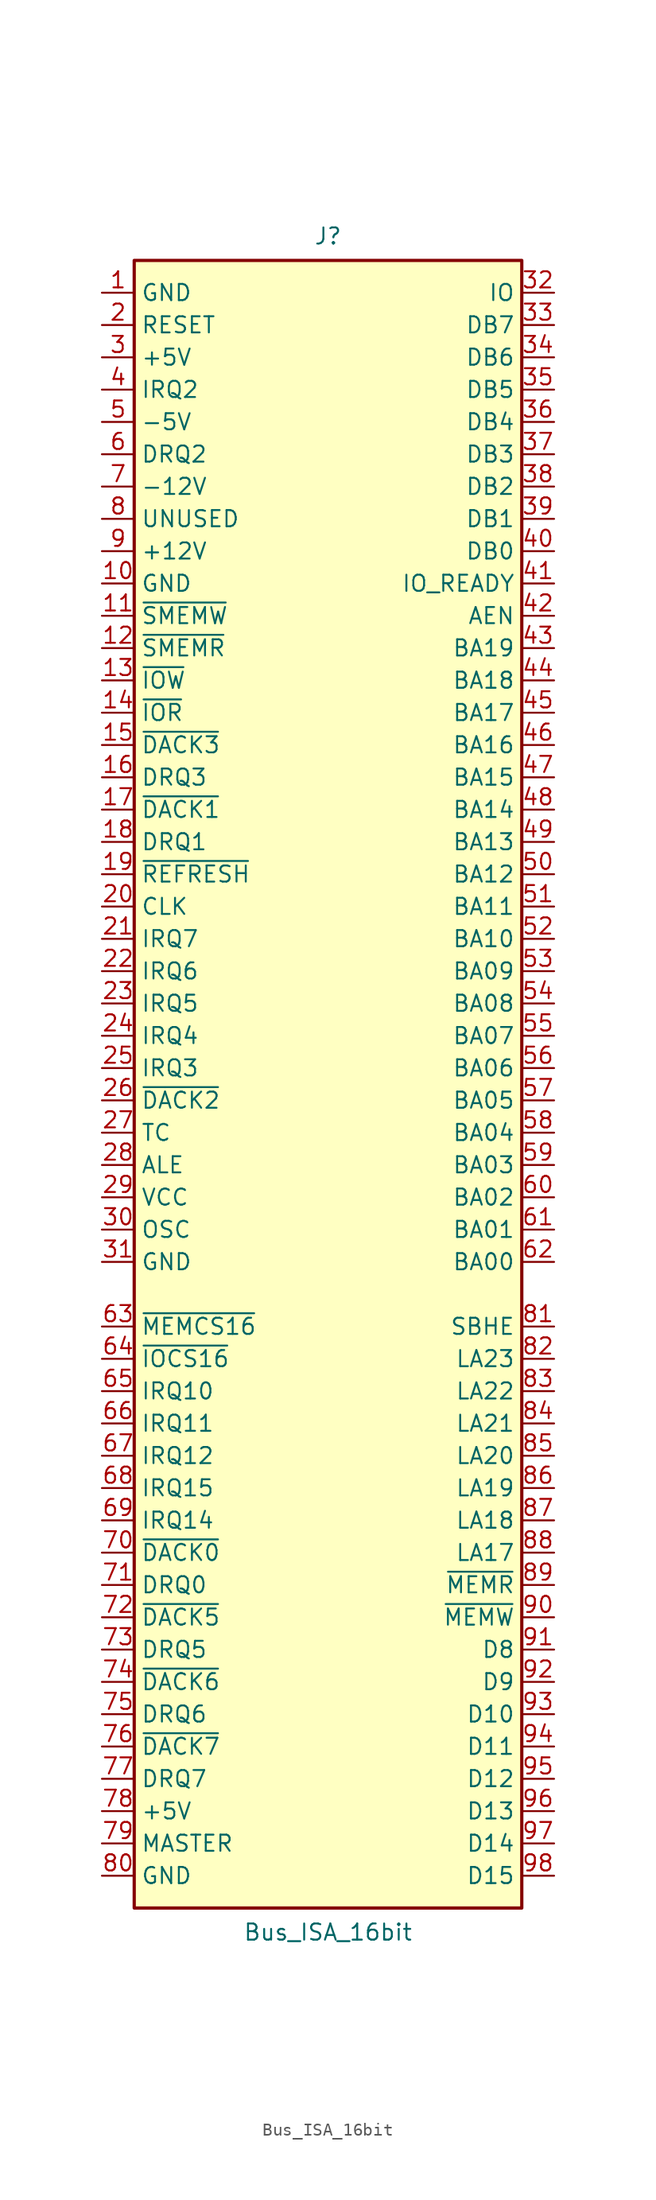
<source format=kicad_sym>
(kicad_symbol_lib
  (version 20201005)
  (generator kicad_symbol_editor)
  (symbol "Connector:Bus_ISA_16bit"
    (property "Reference" "J"
      (at 0 67.945 0)
      (effects (font (size 1.27 1.27))))
    (property "Value" "Bus_ISA_16bit"
      (at 0 -65.405 0)
      (effects (font (size 1.27 1.27))))
    (symbol "Bus_ISA_16bit_0_1"
      (rectangle (start -15.24 -63.5) (end 15.24 66.04) (stroke (width 0.254)) (fill (type background))))
    (symbol "Bus_ISA_16bit_1_1"
      (pin power_in line (at -17.78 63.5 0) (length 2.54) (name "GND" (effects (font (size 1.27 1.27)))) (number "1" (effects (font (size 1.27 1.27)))))
      (pin power_in line (at -17.78 40.64 0) (length 2.54) (name "GND" (effects (font (size 1.27 1.27)))) (number "10" (effects (font (size 1.27 1.27)))))
      (pin output line (at -17.78 38.1 0) (length 2.54) (name "~SMEMW" (effects (font (size 1.27 1.27)))) (number "11" (effects (font (size 1.27 1.27)))))
      (pin output line (at -17.78 35.56 0) (length 2.54) (name "~SMEMR" (effects (font (size 1.27 1.27)))) (number "12" (effects (font (size 1.27 1.27)))))
      (pin output line (at -17.78 33.02 0) (length 2.54) (name "~IOW" (effects (font (size 1.27 1.27)))) (number "13" (effects (font (size 1.27 1.27)))))
      (pin output line (at -17.78 30.48 0) (length 2.54) (name "~IOR" (effects (font (size 1.27 1.27)))) (number "14" (effects (font (size 1.27 1.27)))))
      (pin passive line (at -17.78 27.94 0) (length 2.54) (name "~DACK3" (effects (font (size 1.27 1.27)))) (number "15" (effects (font (size 1.27 1.27)))))
      (pin passive line (at -17.78 25.4 0) (length 2.54) (name "DRQ3" (effects (font (size 1.27 1.27)))) (number "16" (effects (font (size 1.27 1.27)))))
      (pin passive line (at -17.78 22.86 0) (length 2.54) (name "~DACK1" (effects (font (size 1.27 1.27)))) (number "17" (effects (font (size 1.27 1.27)))))
      (pin passive line (at -17.78 20.32 0) (length 2.54) (name "DRQ1" (effects (font (size 1.27 1.27)))) (number "18" (effects (font (size 1.27 1.27)))))
      (pin passive line (at -17.78 17.78 0) (length 2.54) (name "~REFRESH" (effects (font (size 1.27 1.27)))) (number "19" (effects (font (size 1.27 1.27)))))
      (pin output line (at -17.78 60.96 0) (length 2.54) (name "RESET" (effects (font (size 1.27 1.27)))) (number "2" (effects (font (size 1.27 1.27)))))
      (pin output line (at -17.78 15.24 0) (length 2.54) (name "CLK" (effects (font (size 1.27 1.27)))) (number "20" (effects (font (size 1.27 1.27)))))
      (pin passive line (at -17.78 12.7 0) (length 2.54) (name "IRQ7" (effects (font (size 1.27 1.27)))) (number "21" (effects (font (size 1.27 1.27)))))
      (pin passive line (at -17.78 10.16 0) (length 2.54) (name "IRQ6" (effects (font (size 1.27 1.27)))) (number "22" (effects (font (size 1.27 1.27)))))
      (pin passive line (at -17.78 7.62 0) (length 2.54) (name "IRQ5" (effects (font (size 1.27 1.27)))) (number "23" (effects (font (size 1.27 1.27)))))
      (pin passive line (at -17.78 5.08 0) (length 2.54) (name "IRQ4" (effects (font (size 1.27 1.27)))) (number "24" (effects (font (size 1.27 1.27)))))
      (pin passive line (at -17.78 2.54 0) (length 2.54) (name "IRQ3" (effects (font (size 1.27 1.27)))) (number "25" (effects (font (size 1.27 1.27)))))
      (pin passive line (at -17.78 0 0) (length 2.54) (name "~DACK2" (effects (font (size 1.27 1.27)))) (number "26" (effects (font (size 1.27 1.27)))))
      (pin passive line (at -17.78 -2.54 0) (length 2.54) (name "TC" (effects (font (size 1.27 1.27)))) (number "27" (effects (font (size 1.27 1.27)))))
      (pin output line (at -17.78 -5.08 0) (length 2.54) (name "ALE" (effects (font (size 1.27 1.27)))) (number "28" (effects (font (size 1.27 1.27)))))
      (pin power_in line (at -17.78 -7.62 0) (length 2.54) (name "VCC" (effects (font (size 1.27 1.27)))) (number "29" (effects (font (size 1.27 1.27)))))
      (pin power_in line (at -17.78 58.42 0) (length 2.54) (name "+5V" (effects (font (size 1.27 1.27)))) (number "3" (effects (font (size 1.27 1.27)))))
      (pin output line (at -17.78 -10.16 0) (length 2.54) (name "OSC" (effects (font (size 1.27 1.27)))) (number "30" (effects (font (size 1.27 1.27)))))
      (pin power_in line (at -17.78 -12.7 0) (length 2.54) (name "GND" (effects (font (size 1.27 1.27)))) (number "31" (effects (font (size 1.27 1.27)))))
      (pin passive line (at 17.78 63.5 180) (length 2.54) (name "IO" (effects (font (size 1.27 1.27)))) (number "32" (effects (font (size 1.27 1.27)))))
      (pin tri_state line (at 17.78 60.96 180) (length 2.54) (name "DB7" (effects (font (size 1.27 1.27)))) (number "33" (effects (font (size 1.27 1.27)))))
      (pin tri_state line (at 17.78 58.42 180) (length 2.54) (name "DB6" (effects (font (size 1.27 1.27)))) (number "34" (effects (font (size 1.27 1.27)))))
      (pin tri_state line (at 17.78 55.88 180) (length 2.54) (name "DB5" (effects (font (size 1.27 1.27)))) (number "35" (effects (font (size 1.27 1.27)))))
      (pin tri_state line (at 17.78 53.34 180) (length 2.54) (name "DB4" (effects (font (size 1.27 1.27)))) (number "36" (effects (font (size 1.27 1.27)))))
      (pin tri_state line (at 17.78 50.8 180) (length 2.54) (name "DB3" (effects (font (size 1.27 1.27)))) (number "37" (effects (font (size 1.27 1.27)))))
      (pin tri_state line (at 17.78 48.26 180) (length 2.54) (name "DB2" (effects (font (size 1.27 1.27)))) (number "38" (effects (font (size 1.27 1.27)))))
      (pin tri_state line (at 17.78 45.72 180) (length 2.54) (name "DB1" (effects (font (size 1.27 1.27)))) (number "39" (effects (font (size 1.27 1.27)))))
      (pin passive line (at -17.78 55.88 0) (length 2.54) (name "IRQ2" (effects (font (size 1.27 1.27)))) (number "4" (effects (font (size 1.27 1.27)))))
      (pin tri_state line (at 17.78 43.18 180) (length 2.54) (name "DB0" (effects (font (size 1.27 1.27)))) (number "40" (effects (font (size 1.27 1.27)))))
      (pin passive line (at 17.78 40.64 180) (length 2.54) (name "IO_READY" (effects (font (size 1.27 1.27)))) (number "41" (effects (font (size 1.27 1.27)))))
      (pin output line (at 17.78 38.1 180) (length 2.54) (name "AEN" (effects (font (size 1.27 1.27)))) (number "42" (effects (font (size 1.27 1.27)))))
      (pin tri_state line (at 17.78 35.56 180) (length 2.54) (name "BA19" (effects (font (size 1.27 1.27)))) (number "43" (effects (font (size 1.27 1.27)))))
      (pin tri_state line (at 17.78 33.02 180) (length 2.54) (name "BA18" (effects (font (size 1.27 1.27)))) (number "44" (effects (font (size 1.27 1.27)))))
      (pin tri_state line (at 17.78 30.48 180) (length 2.54) (name "BA17" (effects (font (size 1.27 1.27)))) (number "45" (effects (font (size 1.27 1.27)))))
      (pin tri_state line (at 17.78 27.94 180) (length 2.54) (name "BA16" (effects (font (size 1.27 1.27)))) (number "46" (effects (font (size 1.27 1.27)))))
      (pin tri_state line (at 17.78 25.4 180) (length 2.54) (name "BA15" (effects (font (size 1.27 1.27)))) (number "47" (effects (font (size 1.27 1.27)))))
      (pin tri_state line (at 17.78 22.86 180) (length 2.54) (name "BA14" (effects (font (size 1.27 1.27)))) (number "48" (effects (font (size 1.27 1.27)))))
      (pin tri_state line (at 17.78 20.32 180) (length 2.54) (name "BA13" (effects (font (size 1.27 1.27)))) (number "49" (effects (font (size 1.27 1.27)))))
      (pin power_in line (at -17.78 53.34 0) (length 2.54) (name "-5V" (effects (font (size 1.27 1.27)))) (number "5" (effects (font (size 1.27 1.27)))))
      (pin tri_state line (at 17.78 17.78 180) (length 2.54) (name "BA12" (effects (font (size 1.27 1.27)))) (number "50" (effects (font (size 1.27 1.27)))))
      (pin tri_state line (at 17.78 15.24 180) (length 2.54) (name "BA11" (effects (font (size 1.27 1.27)))) (number "51" (effects (font (size 1.27 1.27)))))
      (pin tri_state line (at 17.78 12.7 180) (length 2.54) (name "BA10" (effects (font (size 1.27 1.27)))) (number "52" (effects (font (size 1.27 1.27)))))
      (pin tri_state line (at 17.78 10.16 180) (length 2.54) (name "BA09" (effects (font (size 1.27 1.27)))) (number "53" (effects (font (size 1.27 1.27)))))
      (pin tri_state line (at 17.78 7.62 180) (length 2.54) (name "BA08" (effects (font (size 1.27 1.27)))) (number "54" (effects (font (size 1.27 1.27)))))
      (pin tri_state line (at 17.78 5.08 180) (length 2.54) (name "BA07" (effects (font (size 1.27 1.27)))) (number "55" (effects (font (size 1.27 1.27)))))
      (pin tri_state line (at 17.78 2.54 180) (length 2.54) (name "BA06" (effects (font (size 1.27 1.27)))) (number "56" (effects (font (size 1.27 1.27)))))
      (pin tri_state line (at 17.78 0 180) (length 2.54) (name "BA05" (effects (font (size 1.27 1.27)))) (number "57" (effects (font (size 1.27 1.27)))))
      (pin tri_state line (at 17.78 -2.54 180) (length 2.54) (name "BA04" (effects (font (size 1.27 1.27)))) (number "58" (effects (font (size 1.27 1.27)))))
      (pin tri_state line (at 17.78 -5.08 180) (length 2.54) (name "BA03" (effects (font (size 1.27 1.27)))) (number "59" (effects (font (size 1.27 1.27)))))
      (pin passive line (at -17.78 50.8 0) (length 2.54) (name "DRQ2" (effects (font (size 1.27 1.27)))) (number "6" (effects (font (size 1.27 1.27)))))
      (pin tri_state line (at 17.78 -7.62 180) (length 2.54) (name "BA02" (effects (font (size 1.27 1.27)))) (number "60" (effects (font (size 1.27 1.27)))))
      (pin tri_state line (at 17.78 -10.16 180) (length 2.54) (name "BA01" (effects (font (size 1.27 1.27)))) (number "61" (effects (font (size 1.27 1.27)))))
      (pin tri_state line (at 17.78 -12.7 180) (length 2.54) (name "BA00" (effects (font (size 1.27 1.27)))) (number "62" (effects (font (size 1.27 1.27)))))
      (pin passive line (at -17.78 -17.78 0) (length 2.54) (name "~MEMCS16" (effects (font (size 1.27 1.27)))) (number "63" (effects (font (size 1.27 1.27)))))
      (pin passive line (at -17.78 -20.32 0) (length 2.54) (name "~IOCS16" (effects (font (size 1.27 1.27)))) (number "64" (effects (font (size 1.27 1.27)))))
      (pin passive line (at -17.78 -22.86 0) (length 2.54) (name "IRQ10" (effects (font (size 1.27 1.27)))) (number "65" (effects (font (size 1.27 1.27)))))
      (pin passive line (at -17.78 -25.4 0) (length 2.54) (name "IRQ11" (effects (font (size 1.27 1.27)))) (number "66" (effects (font (size 1.27 1.27)))))
      (pin passive line (at -17.78 -27.94 0) (length 2.54) (name "IRQ12" (effects (font (size 1.27 1.27)))) (number "67" (effects (font (size 1.27 1.27)))))
      (pin passive line (at -17.78 -30.48 0) (length 2.54) (name "IRQ15" (effects (font (size 1.27 1.27)))) (number "68" (effects (font (size 1.27 1.27)))))
      (pin passive line (at -17.78 -33.02 0) (length 2.54) (name "IRQ14" (effects (font (size 1.27 1.27)))) (number "69" (effects (font (size 1.27 1.27)))))
      (pin power_in line (at -17.78 48.26 0) (length 2.54) (name "-12V" (effects (font (size 1.27 1.27)))) (number "7" (effects (font (size 1.27 1.27)))))
      (pin output line (at -17.78 -35.56 0) (length 2.54) (name "~DACK0" (effects (font (size 1.27 1.27)))) (number "70" (effects (font (size 1.27 1.27)))))
      (pin passive line (at -17.78 -38.1 0) (length 2.54) (name "DRQ0" (effects (font (size 1.27 1.27)))) (number "71" (effects (font (size 1.27 1.27)))))
      (pin output line (at -17.78 -40.64 0) (length 2.54) (name "~DACK5" (effects (font (size 1.27 1.27)))) (number "72" (effects (font (size 1.27 1.27)))))
      (pin passive line (at -17.78 -43.18 0) (length 2.54) (name "DRQ5" (effects (font (size 1.27 1.27)))) (number "73" (effects (font (size 1.27 1.27)))))
      (pin output line (at -17.78 -45.72 0) (length 2.54) (name "~DACK6" (effects (font (size 1.27 1.27)))) (number "74" (effects (font (size 1.27 1.27)))))
      (pin passive line (at -17.78 -48.26 0) (length 2.54) (name "DRQ6" (effects (font (size 1.27 1.27)))) (number "75" (effects (font (size 1.27 1.27)))))
      (pin output line (at -17.78 -50.8 0) (length 2.54) (name "~DACK7" (effects (font (size 1.27 1.27)))) (number "76" (effects (font (size 1.27 1.27)))))
      (pin passive line (at -17.78 -53.34 0) (length 2.54) (name "DRQ7" (effects (font (size 1.27 1.27)))) (number "77" (effects (font (size 1.27 1.27)))))
      (pin power_in line (at -17.78 -55.88 0) (length 2.54) (name "+5V" (effects (font (size 1.27 1.27)))) (number "78" (effects (font (size 1.27 1.27)))))
      (pin passive line (at -17.78 -58.42 0) (length 2.54) (name "MASTER" (effects (font (size 1.27 1.27)))) (number "79" (effects (font (size 1.27 1.27)))))
      (pin passive line (at -17.78 45.72 0) (length 2.54) (name "UNUSED" (effects (font (size 1.27 1.27)))) (number "8" (effects (font (size 1.27 1.27)))))
      (pin power_in line (at -17.78 -60.96 0) (length 2.54) (name "GND" (effects (font (size 1.27 1.27)))) (number "80" (effects (font (size 1.27 1.27)))))
      (pin passive line (at 17.78 -17.78 180) (length 2.54) (name "SBHE" (effects (font (size 1.27 1.27)))) (number "81" (effects (font (size 1.27 1.27)))))
      (pin passive line (at 17.78 -20.32 180) (length 2.54) (name "LA23" (effects (font (size 1.27 1.27)))) (number "82" (effects (font (size 1.27 1.27)))))
      (pin passive line (at 17.78 -22.86 180) (length 2.54) (name "LA22" (effects (font (size 1.27 1.27)))) (number "83" (effects (font (size 1.27 1.27)))))
      (pin passive line (at 17.78 -25.4 180) (length 2.54) (name "LA21" (effects (font (size 1.27 1.27)))) (number "84" (effects (font (size 1.27 1.27)))))
      (pin passive line (at 17.78 -27.94 180) (length 2.54) (name "LA20" (effects (font (size 1.27 1.27)))) (number "85" (effects (font (size 1.27 1.27)))))
      (pin passive line (at 17.78 -30.48 180) (length 2.54) (name "LA19" (effects (font (size 1.27 1.27)))) (number "86" (effects (font (size 1.27 1.27)))))
      (pin passive line (at 17.78 -33.02 180) (length 2.54) (name "LA18" (effects (font (size 1.27 1.27)))) (number "87" (effects (font (size 1.27 1.27)))))
      (pin passive line (at 17.78 -35.56 180) (length 2.54) (name "LA17" (effects (font (size 1.27 1.27)))) (number "88" (effects (font (size 1.27 1.27)))))
      (pin output line (at 17.78 -38.1 180) (length 2.54) (name "~MEMR" (effects (font (size 1.27 1.27)))) (number "89" (effects (font (size 1.27 1.27)))))
      (pin power_in line (at -17.78 43.18 0) (length 2.54) (name "+12V" (effects (font (size 1.27 1.27)))) (number "9" (effects (font (size 1.27 1.27)))))
      (pin output line (at 17.78 -40.64 180) (length 2.54) (name "~MEMW" (effects (font (size 1.27 1.27)))) (number "90" (effects (font (size 1.27 1.27)))))
      (pin tri_state line (at 17.78 -43.18 180) (length 2.54) (name "D8" (effects (font (size 1.27 1.27)))) (number "91" (effects (font (size 1.27 1.27)))))
      (pin tri_state line (at 17.78 -45.72 180) (length 2.54) (name "D9" (effects (font (size 1.27 1.27)))) (number "92" (effects (font (size 1.27 1.27)))))
      (pin tri_state line (at 17.78 -48.26 180) (length 2.54) (name "D10" (effects (font (size 1.27 1.27)))) (number "93" (effects (font (size 1.27 1.27)))))
      (pin tri_state line (at 17.78 -50.8 180) (length 2.54) (name "D11" (effects (font (size 1.27 1.27)))) (number "94" (effects (font (size 1.27 1.27)))))
      (pin tri_state line (at 17.78 -53.34 180) (length 2.54) (name "D12" (effects (font (size 1.27 1.27)))) (number "95" (effects (font (size 1.27 1.27)))))
      (pin tri_state line (at 17.78 -55.88 180) (length 2.54) (name "D13" (effects (font (size 1.27 1.27)))) (number "96" (effects (font (size 1.27 1.27)))))
      (pin tri_state line (at 17.78 -58.42 180) (length 2.54) (name "D14" (effects (font (size 1.27 1.27)))) (number "97" (effects (font (size 1.27 1.27)))))
      (pin tri_state line (at 17.78 -60.96 180) (length 2.54) (name "D15" (effects (font (size 1.27 1.27)))) (number "98" (effects (font (size 1.27 1.27))))))))
</source>
